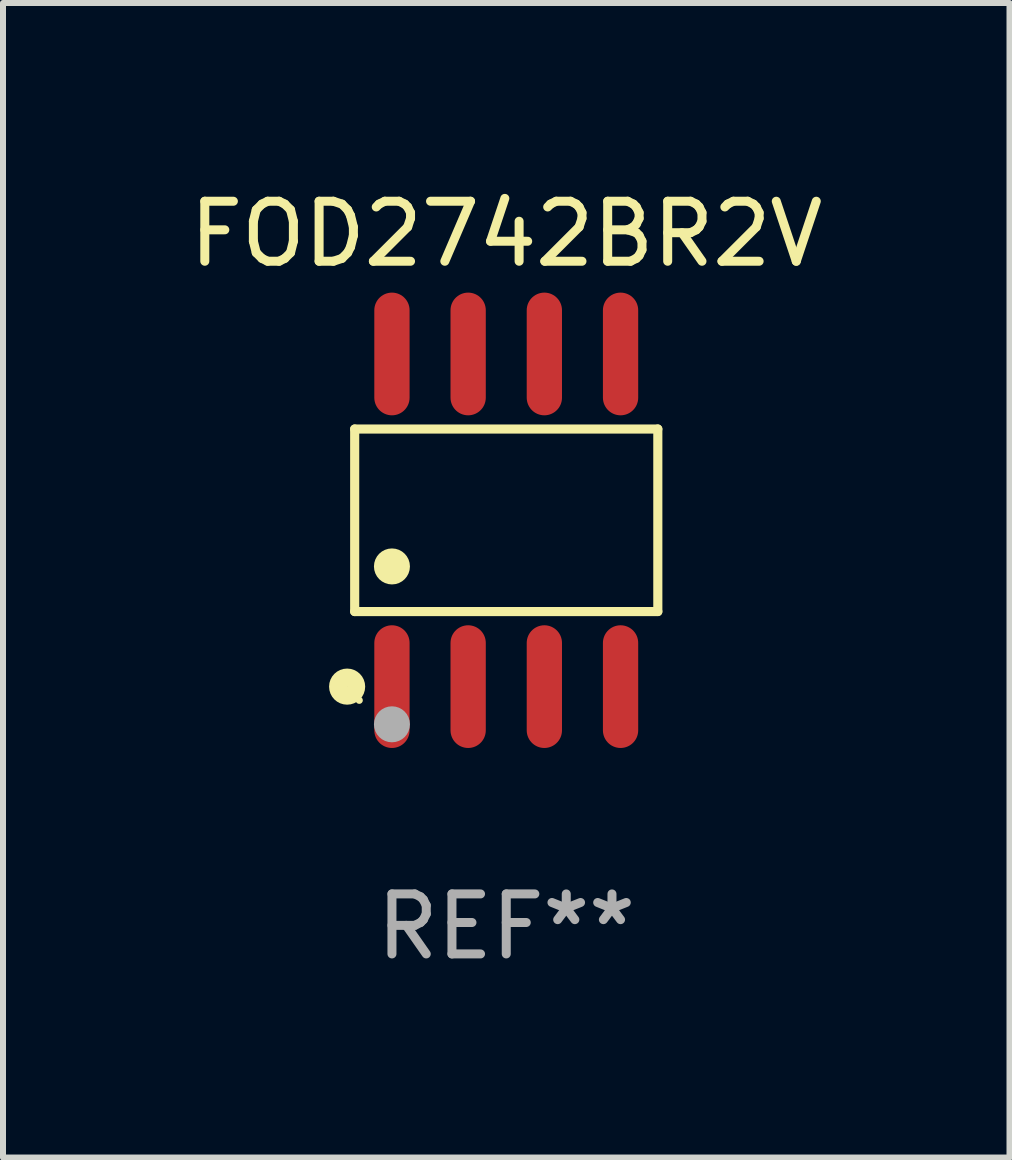
<source format=kicad_pcb>
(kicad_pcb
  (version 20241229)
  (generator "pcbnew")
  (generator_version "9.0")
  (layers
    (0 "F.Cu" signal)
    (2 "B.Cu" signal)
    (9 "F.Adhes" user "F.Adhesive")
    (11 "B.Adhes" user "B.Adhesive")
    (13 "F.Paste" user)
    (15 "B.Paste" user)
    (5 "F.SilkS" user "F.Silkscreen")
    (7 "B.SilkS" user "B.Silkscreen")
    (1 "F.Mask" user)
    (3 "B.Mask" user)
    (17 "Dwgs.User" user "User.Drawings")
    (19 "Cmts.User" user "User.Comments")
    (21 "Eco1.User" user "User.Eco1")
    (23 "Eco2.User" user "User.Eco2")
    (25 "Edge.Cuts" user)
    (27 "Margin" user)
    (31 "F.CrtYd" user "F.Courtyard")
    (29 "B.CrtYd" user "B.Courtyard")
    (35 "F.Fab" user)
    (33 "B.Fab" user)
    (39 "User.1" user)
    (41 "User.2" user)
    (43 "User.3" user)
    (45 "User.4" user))
  (footprint "FOD2742BR2V"
    (layer "F.Cu")
    (at 5.387 5.621)
    (property "Reference" "FOD2742BR2V" (at 0 -4.772 0) (layer "F.SilkS") (effects (font (size 1 1) (thickness 0.15))))
    (attr through_hole)
    (fp_line (start -2.526 -1.521) (end 2.526 -1.521) (stroke (width 0.152) (type solid)) (layer "F.SilkS"))
    (fp_line (start -2.526 1.521) (end -2.526 -1.521) (stroke (width 0.152) (type solid)) (layer "F.SilkS"))
    (fp_line (start 2.526 -1.521) (end 2.526 1.521) (stroke (width 0.152) (type solid)) (layer "F.SilkS"))
    (fp_line (start 2.526 1.521) (end -2.526 1.521) (stroke (width 0.152) (type solid)) (layer "F.SilkS"))
    (fp_circle (center -2.652 2.772) (end -2.501 2.772) (stroke (width 0.3) (type solid)) (fill no) (layer "F.SilkS"))
    (fp_circle (center -2.45 3) (end -2.42 3) (stroke (width 0.06) (type solid)) (fill no) (layer "F.SilkS"))
    (fp_circle (center -1.905 0.769) (end -1.755 0.769) (stroke (width 0.3) (type solid)) (fill no) (layer "F.SilkS"))
    (fp_circle (center -1.905 3.4) (end -1.755 3.4) (stroke (width 0.3) (type solid)) (fill no) (layer "F.Fab"))
    (fp_text user "REF**" (at 0 6.772 0) (layer "F.Fab") (effects (font (size 1 1) (thickness 0.15))))
    (pad "1" smd oval (at -1.905 2.772) (size 0.588 2.045) (layers "F.Cu" "F.Mask" "F.Paste"))
    (pad "2" smd oval (at -0.635 2.772) (size 0.588 2.045) (layers "F.Cu" "F.Mask" "F.Paste"))
    (pad "3" smd oval (at 0.635 2.772) (size 0.588 2.045) (layers "F.Cu" "F.Mask" "F.Paste"))
    (pad "4" smd oval (at 1.905 2.772) (size 0.588 2.045) (layers "F.Cu" "F.Mask" "F.Paste"))
    (pad "5" smd oval (at 1.905 -2.772) (size 0.588 2.045) (layers "F.Cu" "F.Mask" "F.Paste"))
    (pad "6" smd oval (at 0.635 -2.772) (size 0.588 2.045) (layers "F.Cu" "F.Mask" "F.Paste"))
    (pad "7" smd oval (at -0.635 -2.772) (size 0.588 2.045) (layers "F.Cu" "F.Mask" "F.Paste"))
    (pad "8" smd oval (at -1.905 -2.772) (size 0.588 2.045) (layers "F.Cu" "F.Mask" "F.Paste")))
  (gr_rect
    (start -3 -3)
    (end 13.774 16.241)
    (stroke (width 0.1) (type default))
    (fill no)
    (layer "Edge.Cuts")))
</source>
